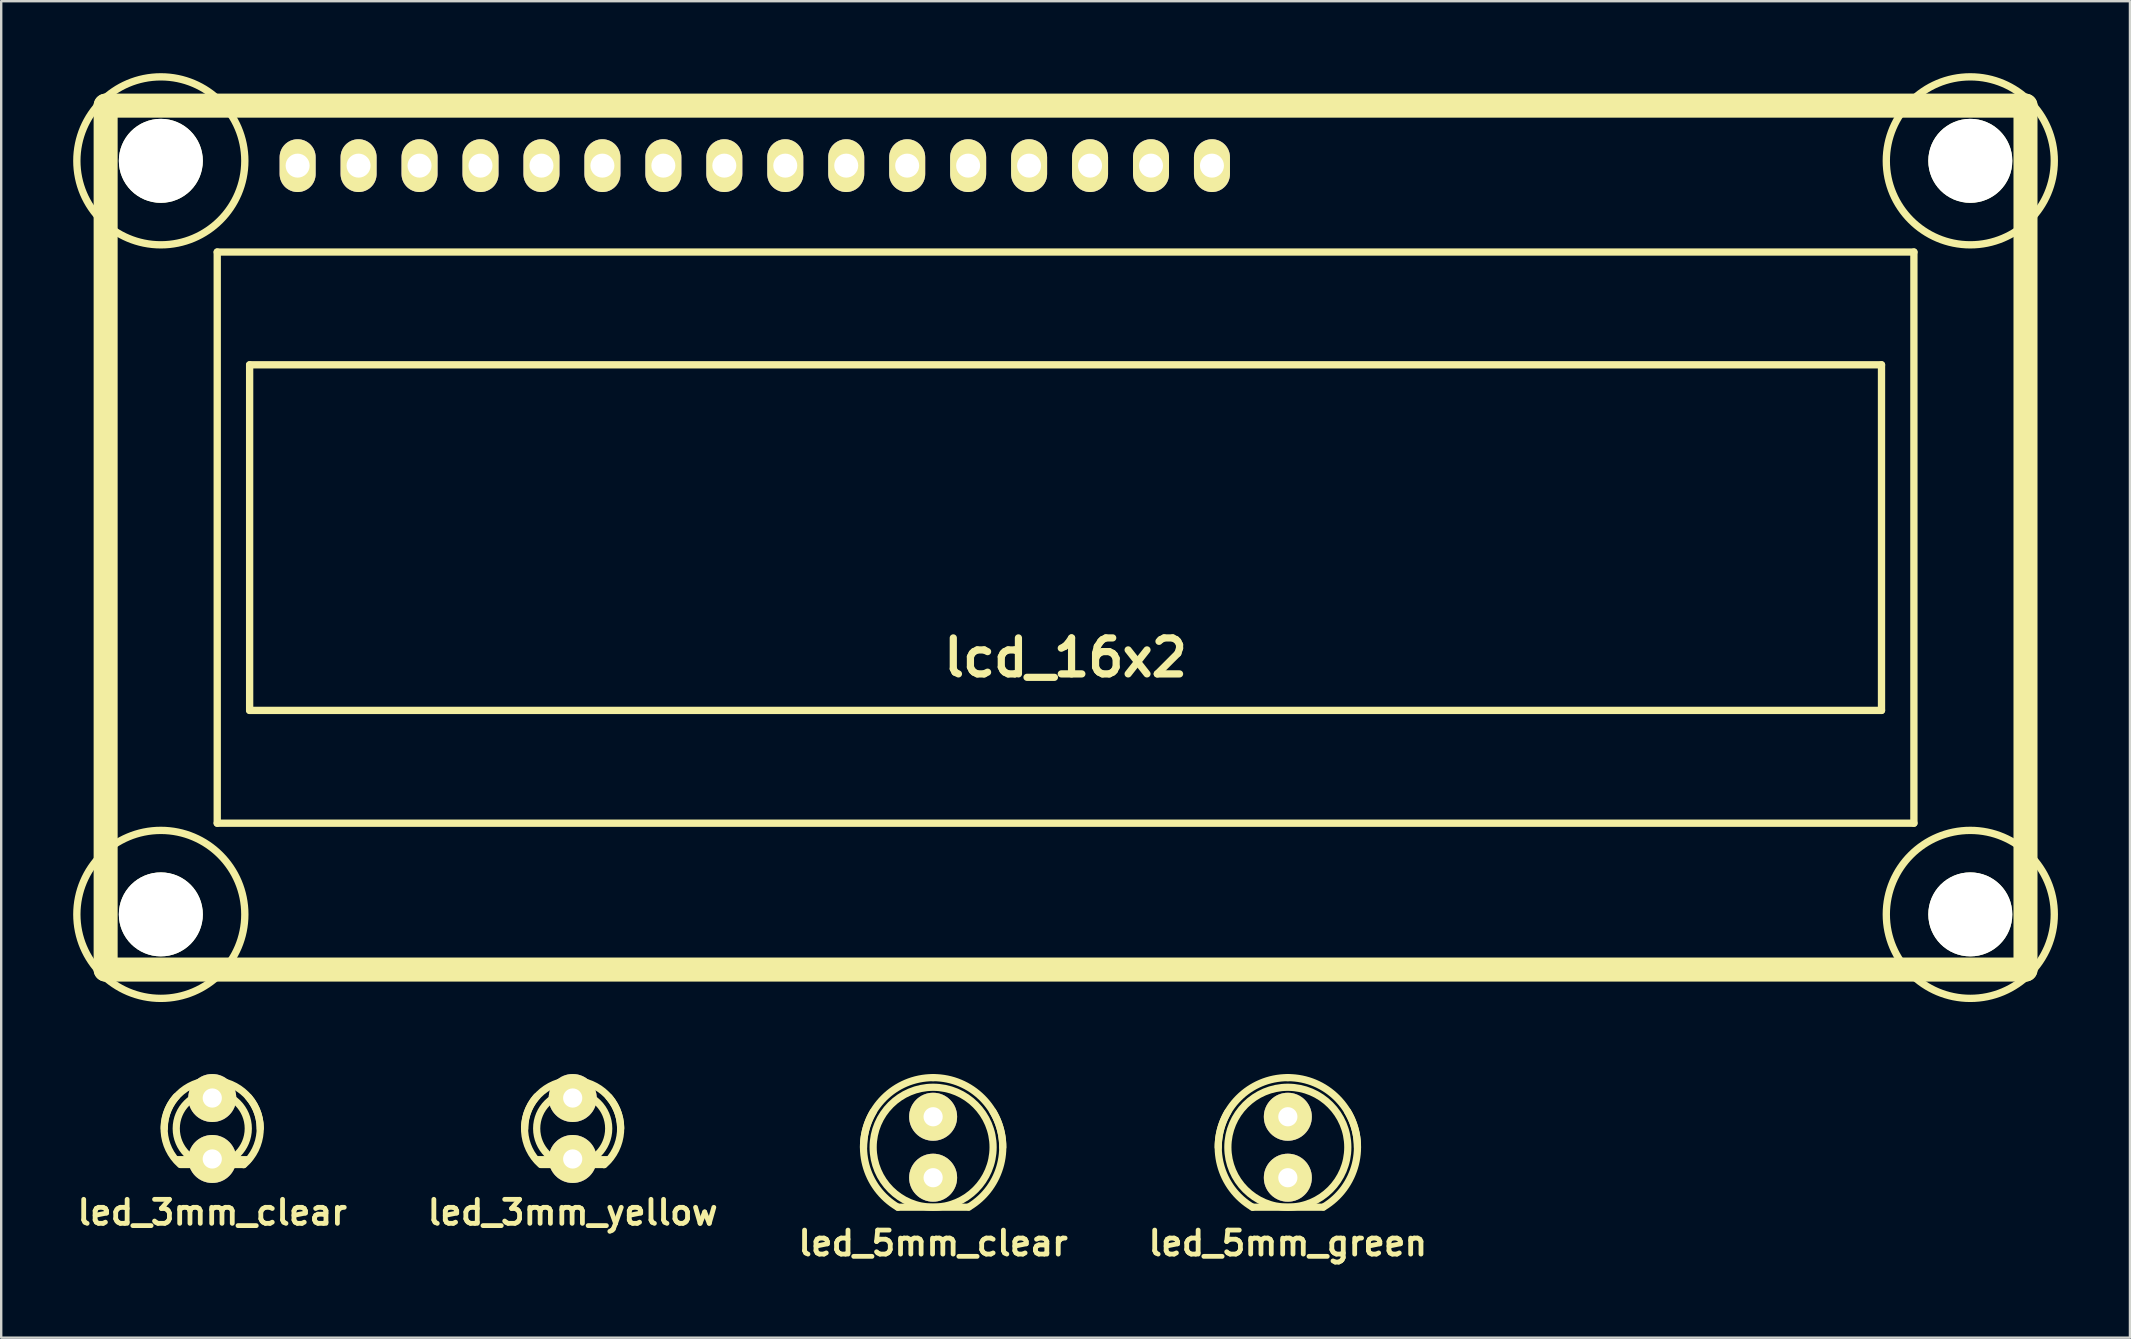
<source format=kicad_pcb>
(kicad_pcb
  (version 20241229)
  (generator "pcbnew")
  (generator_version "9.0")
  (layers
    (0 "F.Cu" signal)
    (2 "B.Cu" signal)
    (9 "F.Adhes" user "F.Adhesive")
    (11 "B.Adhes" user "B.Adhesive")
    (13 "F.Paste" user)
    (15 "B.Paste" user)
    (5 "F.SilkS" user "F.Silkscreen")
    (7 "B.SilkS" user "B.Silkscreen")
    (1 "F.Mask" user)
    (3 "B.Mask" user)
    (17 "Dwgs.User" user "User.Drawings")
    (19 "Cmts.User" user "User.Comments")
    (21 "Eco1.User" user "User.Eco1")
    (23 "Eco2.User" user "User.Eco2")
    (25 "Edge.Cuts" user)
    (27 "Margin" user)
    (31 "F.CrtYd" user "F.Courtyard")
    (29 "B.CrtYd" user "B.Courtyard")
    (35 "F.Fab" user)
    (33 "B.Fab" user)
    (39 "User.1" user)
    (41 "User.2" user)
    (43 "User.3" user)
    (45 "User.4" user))
  (footprint "led_5mm_clear"
    (layer "F.Cu")
    (at 35.833 44.755)
    (property "Reference" "led_5mm_clear" (at 0 4 0) (layer "F.SilkS") (effects (font (size 1 1) (thickness 0.2))))
    (attr through_hole)
    (fp_line (start -1.471 2.499) (end 1.471 2.499) (stroke (width 0.3) (type solid)) (layer "F.SilkS"))
    (fp_arc (start -2.90068 0) (mid -2.05109 -2.05109) (end 0 -2.90068) (stroke (width 0.29972) (type solid)) (layer "F.SilkS"))
    (fp_arc (start -1.47066 2.49936) (mid -2.807228 0.727401) (end -2.49936 -1.47066) (stroke (width 0.29972) (type solid)) (layer "F.SilkS"))
    (fp_arc (start 0 -2.90068) (mid 2.05109 -2.05109) (end 2.90068 0) (stroke (width 0.29972) (type solid)) (layer "F.SilkS"))
    (fp_arc (start 2.4892 -1.49098) (mid 2.814412 0.705848) (end 1.49098 2.4892) (stroke (width 0.29972) (type solid)) (layer "F.SilkS"))
    (fp_circle (center 0 0) (end -2.499 0) (stroke (width 0.3) (type solid)) (fill no) (layer "F.SilkS"))
    (pad "1" thru_hole circle (at 0 -1.27) (size 1.999 1.999) (drill 0.8) (layers "*.Cu" "*.Mask" "F.SilkS"))
    (pad "2" thru_hole circle (at 0 1.27) (size 1.999 1.999) (drill 0.8) (layers "*.Cu" "*.Mask" "F.SilkS")))
  (footprint "led_3mm_yellow"
    (layer "F.Cu")
    (at 20.814 43.974)
    (property "Reference" "led_3mm_yellow" (at 0 3.5 0) (layer "F.SilkS") (effects (font (size 1 1) (thickness 0.2))))
    (attr through_hole)
    (fp_line (start -1.501 1.3) (end 1.501 1.3) (stroke (width 0.3) (type solid)) (layer "F.SilkS"))
    (fp_line (start -1.3 1.501) (end 1.3 1.501) (stroke (width 0.3) (type solid)) (layer "F.SilkS"))
    (fp_arc (start -1.99898 0) (mid -1.413492 -1.413492) (end 0 -1.99898) (stroke (width 0.29972) (type solid)) (layer "F.SilkS"))
    (fp_arc (start -1.33096 1.50114) (mid -2.002597 0.120335) (end -1.50114 -1.33096) (stroke (width 0.29972) (type solid)) (layer "F.SilkS"))
    (fp_arc (start 0 -1.99898) (mid 1.413492 -1.413492) (end 1.99898 0) (stroke (width 0.29972) (type solid)) (layer "F.SilkS"))
    (fp_arc (start 1.50876 -1.31064) (mid 1.993617 0.140092) (end 1.31064 1.50876) (stroke (width 0.29972) (type solid)) (layer "F.SilkS"))
    (fp_circle (center 0 0) (end -1.501 0) (stroke (width 0.3) (type solid)) (fill no) (layer "F.SilkS"))
    (pad "1" thru_hole circle (at 0 -1.27) (size 1.999 1.999) (drill 0.8) (layers "*.Cu" "*.Mask" "F.SilkS"))
    (pad "2" thru_hole circle (at 0 1.27) (size 1.999 1.999) (drill 0.8) (layers "*.Cu" "*.Mask" "F.SilkS")))
  (footprint "led_5mm_green"
    (layer "F.Cu")
    (at 50.614 44.755)
    (property "Reference" "led_5mm_green" (at 0 4 0) (layer "F.SilkS") (effects (font (size 1 1) (thickness 0.2))))
    (attr through_hole)
    (fp_line (start -1.471 2.499) (end 1.471 2.499) (stroke (width 0.3) (type solid)) (layer "F.SilkS"))
    (fp_arc (start -2.90068 0) (mid -2.05109 -2.05109) (end 0 -2.90068) (stroke (width 0.29972) (type solid)) (layer "F.SilkS"))
    (fp_arc (start -1.47066 2.49936) (mid -2.807228 0.727401) (end -2.49936 -1.47066) (stroke (width 0.29972) (type solid)) (layer "F.SilkS"))
    (fp_arc (start 0 -2.90068) (mid 2.05109 -2.05109) (end 2.90068 0) (stroke (width 0.29972) (type solid)) (layer "F.SilkS"))
    (fp_arc (start 2.4892 -1.49098) (mid 2.814412 0.705848) (end 1.49098 2.4892) (stroke (width 0.29972) (type solid)) (layer "F.SilkS"))
    (fp_circle (center 0 0) (end -2.499 0) (stroke (width 0.3) (type solid)) (fill no) (layer "F.SilkS"))
    (pad "1" thru_hole circle (at 0 -1.27) (size 1.999 1.999) (drill 0.8) (layers "*.Cu" "*.Mask" "F.SilkS"))
    (pad "2" thru_hole circle (at 0 1.27) (size 1.999 1.999) (drill 0.8) (layers "*.Cu" "*.Mask" "F.SilkS")))
  (footprint "lcd_16x2"
    (layer "F.Cu")
    (at 41.352 19.352)
    (property "Reference" "lcd_16x2" (at 0 5.001 0) (layer "F.SilkS") (effects (font (size 1.5 1.5) (thickness 0.3))))
    (attr through_hole)
    (fp_line (start -40 -18) (end 40 -18) (stroke (width 1.001) (type solid)) (layer "F.SilkS"))
    (fp_line (start -40 18) (end -40 -18) (stroke (width 1.001) (type solid)) (layer "F.SilkS"))
    (fp_line (start -35.35 -11.9) (end 35.35 -11.9) (stroke (width 0.305) (type solid)) (layer "F.SilkS"))
    (fp_line (start -35.35 11.9) (end -35.35 -11.9) (stroke (width 0.305) (type solid)) (layer "F.SilkS"))
    (fp_line (start -34 -7.2) (end -34 7.2) (stroke (width 0.305) (type solid)) (layer "F.SilkS"))
    (fp_line (start -34 7.2) (end 34 7.2) (stroke (width 0.305) (type solid)) (layer "F.SilkS"))
    (fp_line (start 34 -7.2) (end -34 -7.2) (stroke (width 0.305) (type solid)) (layer "F.SilkS"))
    (fp_line (start 34 7.2) (end 34 -7.2) (stroke (width 0.305) (type solid)) (layer "F.SilkS"))
    (fp_line (start 35.35 -11.9) (end 35.35 11.9) (stroke (width 0.305) (type solid)) (layer "F.SilkS"))
    (fp_line (start 35.35 11.9) (end -35.35 11.9) (stroke (width 0.305) (type solid)) (layer "F.SilkS"))
    (fp_line (start 40 -18) (end 40 18) (stroke (width 1.001) (type solid)) (layer "F.SilkS"))
    (fp_line (start 40 18) (end -40 18) (stroke (width 1.001) (type solid)) (layer "F.SilkS"))
    (fp_circle (center -37.7 -15.7) (end -41.2 -15.7) (stroke (width 0.305) (type solid)) (fill no) (layer "F.SilkS"))
    (fp_circle (center -37.7 15.7) (end -41.2 15.7) (stroke (width 0.305) (type solid)) (fill no) (layer "F.SilkS"))
    (fp_circle (center 37.7 -15.7) (end 41.2 -15.7) (stroke (width 0.305) (type solid)) (fill no) (layer "F.SilkS"))
    (fp_circle (center 37.7 15.7) (end 41.2 15.7) (stroke (width 0.305) (type solid)) (fill no) (layer "F.SilkS"))
    (pad "" np_thru_hole circle (at -37.7 -15.7) (size 3.5 3.5) (drill 3.5) (layers "*.Cu" "*.Mask" "F.SilkS"))
    (pad "" np_thru_hole circle (at -37.7 15.7) (size 3.5 3.5) (drill 3.5) (layers "*.Cu" "*.Mask" "F.SilkS"))
    (pad "" np_thru_hole circle (at 37.7 -15.7) (size 3.5 3.5) (drill 3.5) (layers "*.Cu" "*.Mask" "F.SilkS"))
    (pad "" np_thru_hole circle (at 37.7 15.7) (size 3.5 3.5) (drill 3.5) (layers "*.Cu" "*.Mask" "F.SilkS"))
    (pad "1" thru_hole oval (at -32 -15.5) (size 1.5 2.2) (drill 1) (layers "*.Cu" "*.Mask" "F.SilkS"))
    (pad "2" thru_hole oval (at -29.46 -15.5) (size 1.5 2.2) (drill 1) (layers "*.Cu" "*.Mask" "F.SilkS"))
    (pad "3" thru_hole oval (at -26.92 -15.5) (size 1.5 2.2) (drill 1) (layers "*.Cu" "*.Mask" "F.SilkS"))
    (pad "4" thru_hole oval (at -24.38 -15.5) (size 1.5 2.2) (drill 1) (layers "*.Cu" "*.Mask" "F.SilkS"))
    (pad "5" thru_hole oval (at -21.84 -15.5) (size 1.5 2.2) (drill 1) (layers "*.Cu" "*.Mask" "F.SilkS"))
    (pad "6" thru_hole oval (at -19.3 -15.5) (size 1.5 2.2) (drill 1) (layers "*.Cu" "*.Mask" "F.SilkS"))
    (pad "7" thru_hole oval (at -16.76 -15.5) (size 1.5 2.2) (drill 1) (layers "*.Cu" "*.Mask" "F.SilkS"))
    (pad "8" thru_hole oval (at -14.22 -15.5) (size 1.5 2.2) (drill 1) (layers "*.Cu" "*.Mask" "F.SilkS"))
    (pad "9" thru_hole oval (at -11.68 -15.5) (size 1.5 2.2) (drill 1) (layers "*.Cu" "*.Mask" "F.SilkS"))
    (pad "10" thru_hole oval (at -9.14 -15.5) (size 1.5 2.2) (drill 1) (layers "*.Cu" "*.Mask" "F.SilkS"))
    (pad "11" thru_hole oval (at -6.6 -15.5) (size 1.5 2.2) (drill 1) (layers "*.Cu" "*.Mask" "F.SilkS"))
    (pad "12" thru_hole oval (at -4.06 -15.5) (size 1.5 2.2) (drill 1) (layers "*.Cu" "*.Mask" "F.SilkS"))
    (pad "13" thru_hole oval (at -1.52 -15.5) (size 1.5 2.2) (drill 1) (layers "*.Cu" "*.Mask" "F.SilkS"))
    (pad "14" thru_hole oval (at 1.02 -15.5) (size 1.5 2.2) (drill 1) (layers "*.Cu" "*.Mask" "F.SilkS"))
    (pad "15" thru_hole oval (at 3.56 -15.5) (size 1.5 2.2) (drill 1) (layers "*.Cu" "*.Mask" "F.SilkS"))
    (pad "16" thru_hole oval (at 6.1 -15.5) (size 1.5 2.2) (drill 1) (layers "*.Cu" "*.Mask" "F.SilkS")))
  (footprint "led_3mm_clear"
    (layer "F.Cu")
    (at 5.795 43.974)
    (property "Reference" "led_3mm_clear" (at 0 3.5 0) (layer "F.SilkS") (effects (font (size 1 1) (thickness 0.2))))
    (attr through_hole)
    (fp_line (start -1.501 1.3) (end 1.501 1.3) (stroke (width 0.3) (type solid)) (layer "F.SilkS"))
    (fp_line (start -1.3 1.501) (end 1.3 1.501) (stroke (width 0.3) (type solid)) (layer "F.SilkS"))
    (fp_arc (start -1.99898 0) (mid -1.413492 -1.413492) (end 0 -1.99898) (stroke (width 0.29972) (type solid)) (layer "F.SilkS"))
    (fp_arc (start -1.33096 1.50114) (mid -2.002597 0.120335) (end -1.50114 -1.33096) (stroke (width 0.29972) (type solid)) (layer "F.SilkS"))
    (fp_arc (start 0 -1.99898) (mid 1.413492 -1.413492) (end 1.99898 0) (stroke (width 0.29972) (type solid)) (layer "F.SilkS"))
    (fp_arc (start 1.50876 -1.31064) (mid 1.993617 0.140092) (end 1.31064 1.50876) (stroke (width 0.29972) (type solid)) (layer "F.SilkS"))
    (fp_circle (center 0 0) (end -1.501 0) (stroke (width 0.3) (type solid)) (fill no) (layer "F.SilkS"))
    (pad "1" thru_hole circle (at 0 -1.27) (size 1.999 1.999) (drill 0.8) (layers "*.Cu" "*.Mask" "F.SilkS"))
    (pad "2" thru_hole circle (at 0 1.27) (size 1.999 1.999) (drill 0.8) (layers "*.Cu" "*.Mask" "F.SilkS")))
  (gr_rect
    (start -3 -3)
    (end 85.705 52.691)
    (stroke (width 0.1) (type default))
    (fill no)
    (layer "Edge.Cuts")))
</source>
